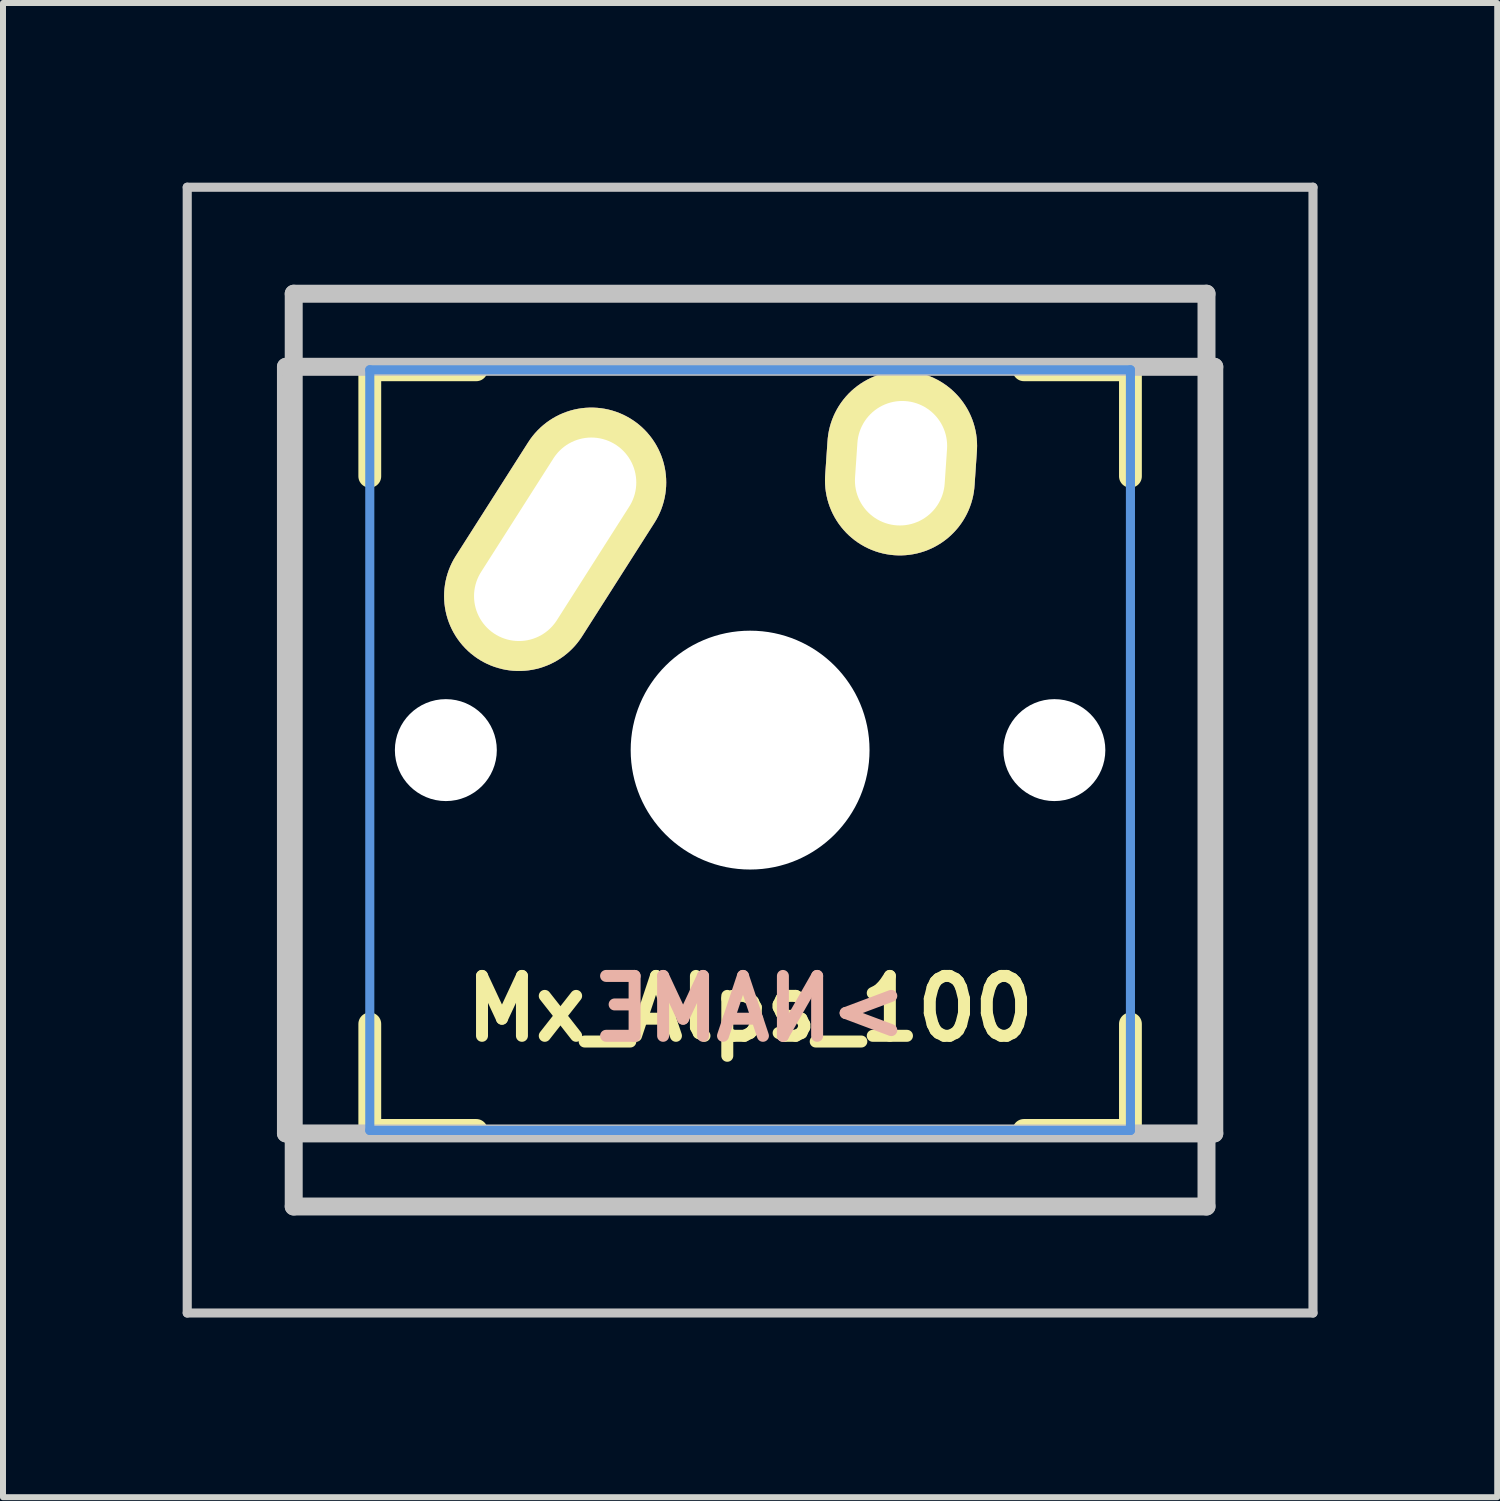
<source format=kicad_pcb>
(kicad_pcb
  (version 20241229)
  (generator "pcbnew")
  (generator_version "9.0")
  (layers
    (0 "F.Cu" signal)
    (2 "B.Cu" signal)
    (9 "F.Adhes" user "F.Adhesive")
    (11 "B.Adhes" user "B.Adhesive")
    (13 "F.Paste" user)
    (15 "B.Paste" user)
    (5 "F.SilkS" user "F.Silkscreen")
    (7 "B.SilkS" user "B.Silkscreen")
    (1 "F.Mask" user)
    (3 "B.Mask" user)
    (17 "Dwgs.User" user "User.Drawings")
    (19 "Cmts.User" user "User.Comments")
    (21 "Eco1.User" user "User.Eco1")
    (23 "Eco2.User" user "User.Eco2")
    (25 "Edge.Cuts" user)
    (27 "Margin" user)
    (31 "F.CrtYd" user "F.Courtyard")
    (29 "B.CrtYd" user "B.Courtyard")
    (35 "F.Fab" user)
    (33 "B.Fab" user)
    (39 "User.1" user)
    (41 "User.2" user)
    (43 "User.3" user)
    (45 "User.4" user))
  (footprint "Mx_Alps_100"
    (layer "F.Cu")
    (at 9.474 9.474)
    (property "Reference" "Mx_Alps_100" (at 0 4.318 0) (layer "F.SilkS") (effects (font (size 1 1) (thickness 0.2))))
    (attr through_hole)
    (fp_line (start -6.35 -6.35) (end -4.572 -6.35) (stroke (width 0.381) (type solid)) (layer "F.SilkS"))
    (fp_line (start -6.35 -4.572) (end -6.35 -6.35) (stroke (width 0.381) (type solid)) (layer "F.SilkS"))
    (fp_line (start -6.35 6.35) (end -6.35 4.572) (stroke (width 0.381) (type solid)) (layer "F.SilkS"))
    (fp_line (start -4.572 6.35) (end -6.35 6.35) (stroke (width 0.381) (type solid)) (layer "F.SilkS"))
    (fp_line (start 4.572 -6.35) (end 6.35 -6.35) (stroke (width 0.381) (type solid)) (layer "F.SilkS"))
    (fp_line (start 6.35 -6.35) (end 6.35 -4.572) (stroke (width 0.381) (type solid)) (layer "F.SilkS"))
    (fp_line (start 6.35 4.572) (end 6.35 6.35) (stroke (width 0.381) (type solid)) (layer "F.SilkS"))
    (fp_line (start 6.35 6.35) (end 4.572 6.35) (stroke (width 0.381) (type solid)) (layer "F.SilkS"))
    (fp_line (start -9.398 -9.398) (end 9.398 -9.398) (stroke (width 0.152) (type solid)) (layer "Dwgs.User"))
    (fp_line (start -9.398 9.398) (end -9.398 -9.398) (stroke (width 0.152) (type solid)) (layer "Dwgs.User"))
    (fp_line (start -7.75 6.4) (end -7.75 -6.4) (stroke (width 0.3) (type solid)) (layer "Dwgs.User"))
    (fp_line (start -7.75 6.4) (end 7.75 6.4) (stroke (width 0.3) (type solid)) (layer "Dwgs.User"))
    (fp_line (start -7.62 -7.62) (end 7.62 -7.62) (stroke (width 0.3) (type solid)) (layer "Dwgs.User"))
    (fp_line (start -7.62 7.62) (end -7.62 -7.62) (stroke (width 0.3) (type solid)) (layer "Dwgs.User"))
    (fp_line (start 7.62 -7.62) (end 7.62 7.62) (stroke (width 0.3) (type solid)) (layer "Dwgs.User"))
    (fp_line (start 7.62 7.62) (end -7.62 7.62) (stroke (width 0.3) (type solid)) (layer "Dwgs.User"))
    (fp_line (start 7.75 -6.4) (end -7.75 -6.4) (stroke (width 0.3) (type solid)) (layer "Dwgs.User"))
    (fp_line (start 7.75 6.4) (end 7.75 -6.4) (stroke (width 0.3) (type solid)) (layer "Dwgs.User"))
    (fp_line (start 9.398 -9.398) (end 9.398 9.398) (stroke (width 0.152) (type solid)) (layer "Dwgs.User"))
    (fp_line (start 9.398 9.398) (end -9.398 9.398) (stroke (width 0.152) (type solid)) (layer "Dwgs.User"))
    (fp_line (start -6.35 -6.35) (end 6.35 -6.35) (stroke (width 0.152) (type solid)) (layer "Cmts.User"))
    (fp_line (start -6.35 6.35) (end -6.35 -6.35) (stroke (width 0.152) (type solid)) (layer "Cmts.User"))
    (fp_line (start 6.35 -6.35) (end 6.35 6.35) (stroke (width 0.152) (type solid)) (layer "Cmts.User"))
    (fp_line (start 6.35 6.35) (end -6.35 6.35) (stroke (width 0.152) (type solid)) (layer "Cmts.User"))
    (fp_line (start -6.985 -6.985) (end 6.985 -6.985) (stroke (width 0.152) (type solid)) (layer "Eco2.User"))
    (fp_line (start -6.985 6.985) (end -6.985 -6.985) (stroke (width 0.152) (type solid)) (layer "Eco2.User"))
    (fp_line (start 6.985 -6.985) (end 6.985 6.985) (stroke (width 0.152) (type solid)) (layer "Eco2.User"))
    (fp_line (start 6.985 6.985) (end -6.985 6.985) (stroke (width 0.152) (type solid)) (layer "Eco2.User"))
    (fp_text user ">NAME" (at 0 4.318 0) (layer "B.SilkS") (effects (font (size 1 1) (thickness 0.2)) (justify mirror)))
    (pad "" np_thru_hole circle (at -5.08 0) (size 1.702 1.702) (drill 1.702) (layers "*.Cu"))
    (pad "" np_thru_hole circle (at 0 0) (size 3.988 3.988) (drill 3.988) (layers "*.Cu"))
    (pad "" np_thru_hole circle (at 5.08 0) (size 1.702 1.702) (drill 1.702) (layers "*.Cu"))
    (pad "1" thru_hole oval (at -3.255 -3.52 327.5) (size 2.5 4.75) (drill oval 1.5 3.75) (layers "*.Cu" "*.Mask" "F.SilkS"))
    (pad "2" thru_hole oval (at 2.52 -4.79 356.1) (size 2.5 3.08) (drill oval 1.5 2.08) (layers "*.Cu" "*.Mask" "F.SilkS")))
  (gr_rect
    (start -3 -3)
    (end 21.948 21.948)
    (stroke (width 0.1) (type default))
    (fill no)
    (layer "Edge.Cuts")))
</source>
